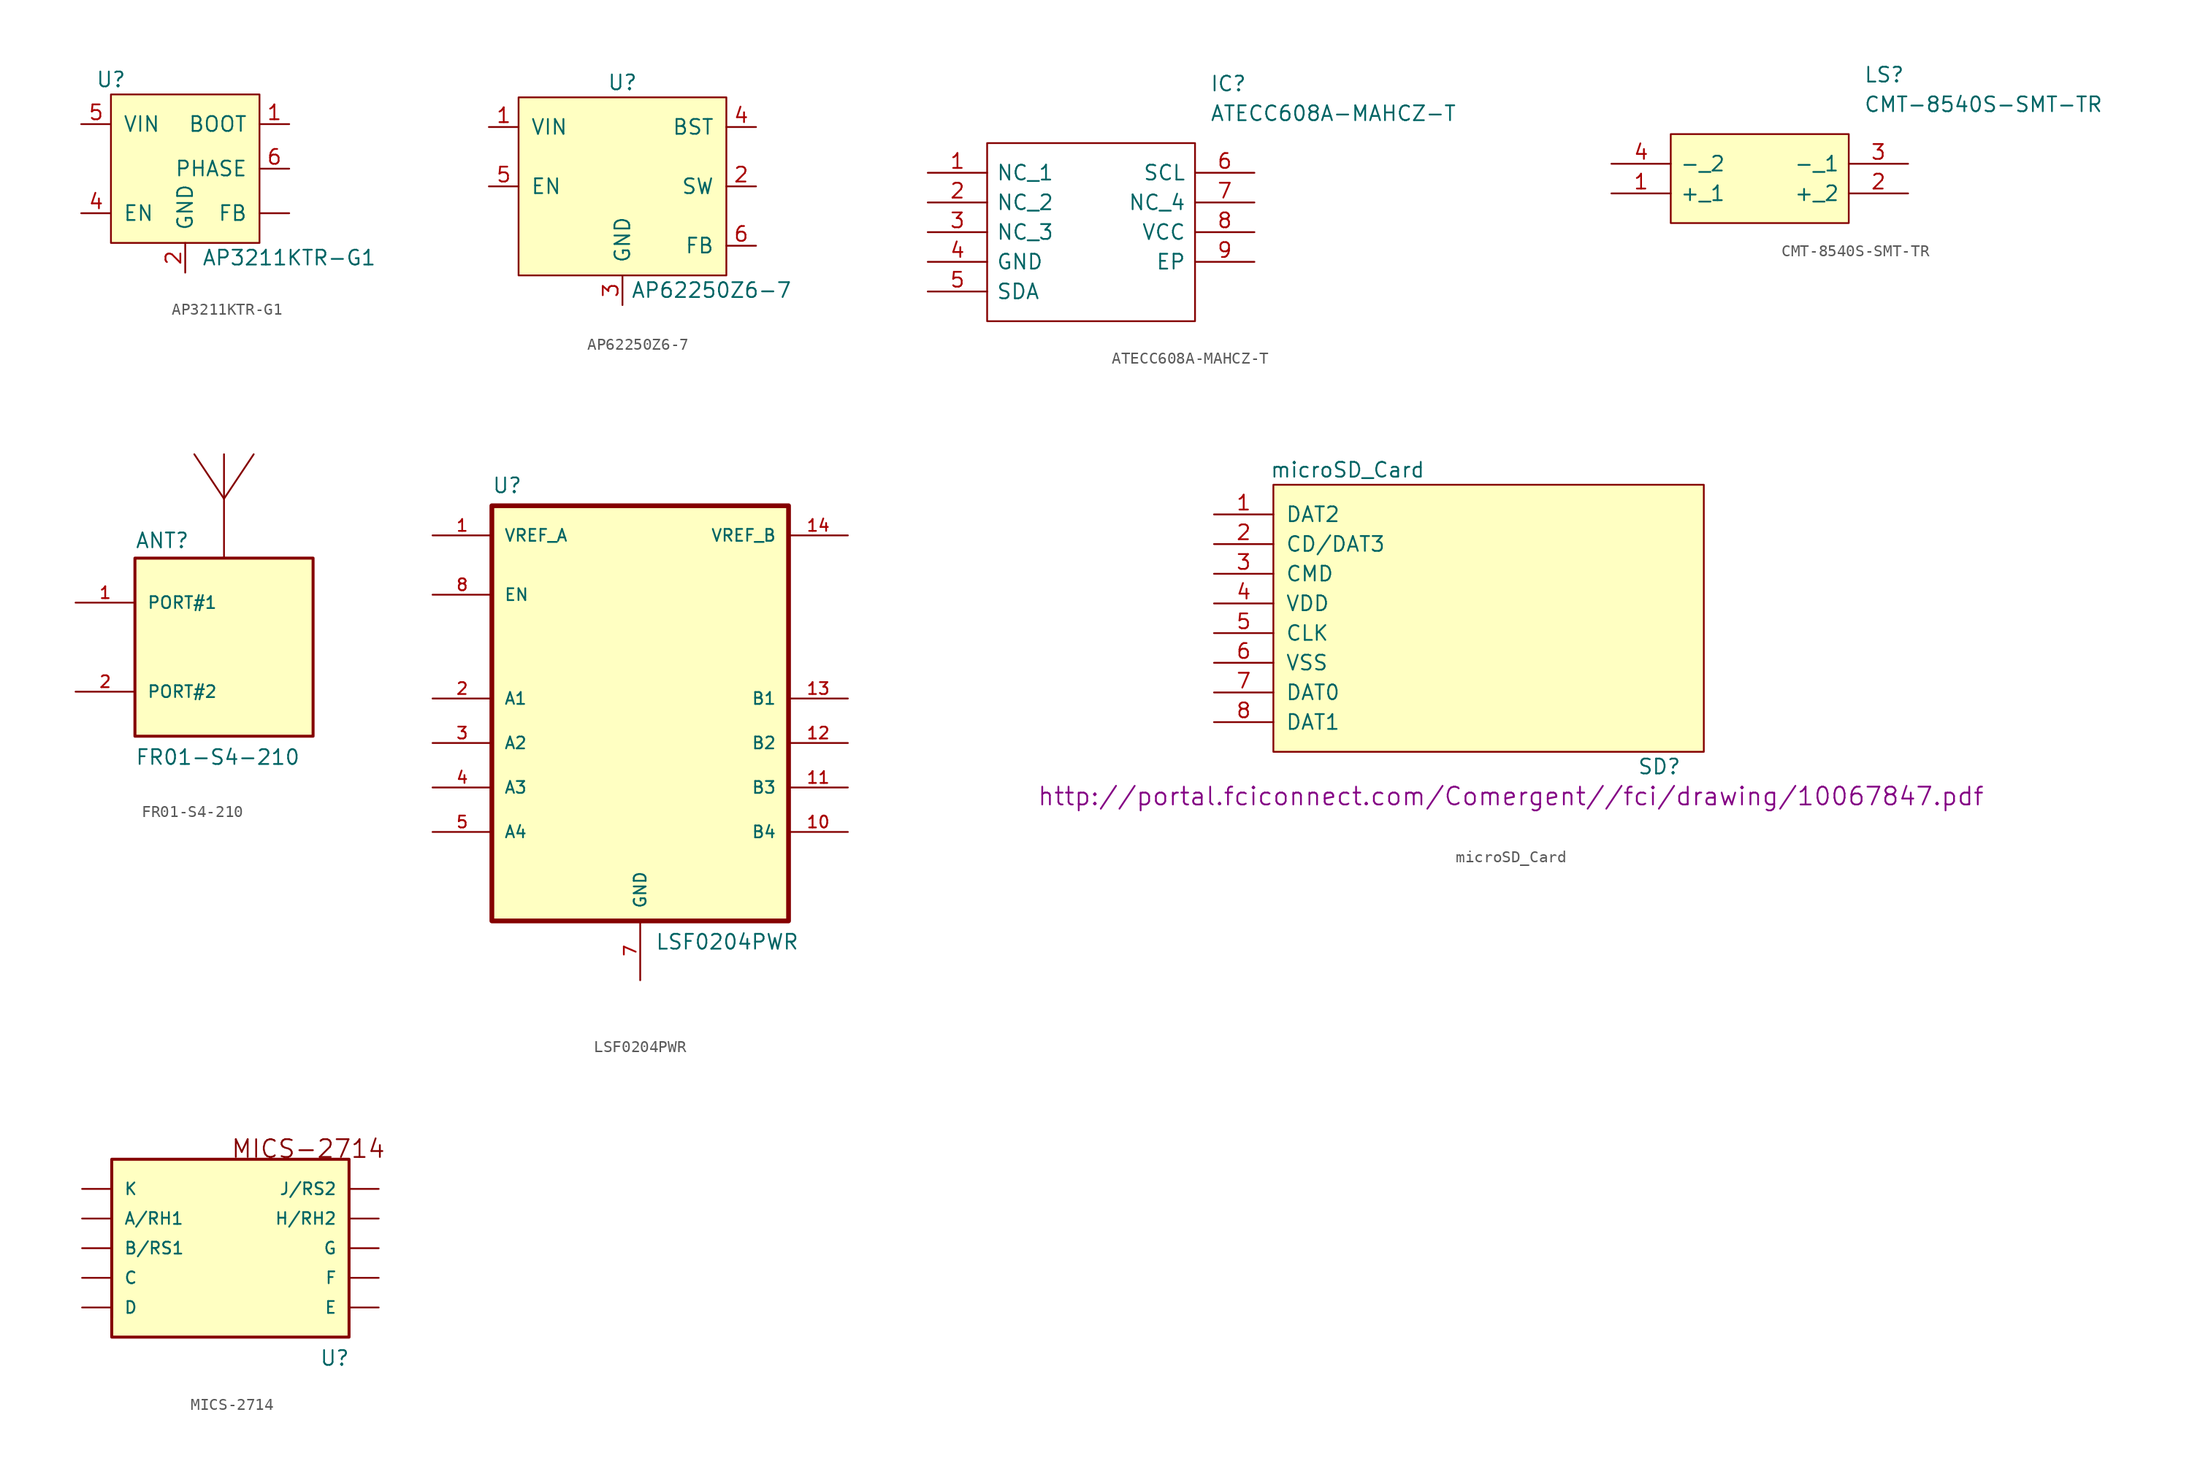
<source format=kicad_sym>
(kicad_symbol_lib
  (version 20231120)
  (generator "kicad_symbol_editor")
  (generator_version "8.0")
  (symbol "AP3211KTR-G1"
    (pin_names
      (offset 1.016))
    (property "Reference" "U"
      (at -6.35 7.62 0)
      (effects (font (size 1.27 1.27))))
    (property "Value" "AP3211KTR-G1"
      (at 8.89 -7.62 0)
      (effects (font (size 1.27 1.27))))
    (symbol "AP3211KTR-G1_0_1"
      (rectangle (start -6.35 6.35) (end 6.35 -6.35) (stroke (width 0) (type default)) (fill (type background))))
    (symbol "AP3211KTR-G1_1_1"
      (pin input line (at 8.89 3.81 180) (length 2.54) (name "BOOT" (effects (font (size 1.27 1.27)))) (number "1" (effects (font (size 1.27 1.27)))))
      (pin power_out line (at 0 -8.89 90) (length 2.54) (name "GND" (effects (font (size 1.27 1.27)))) (number "2" (effects (font (size 1.27 1.27)))))
      (pin input line (at -8.89 -3.81 0) (length 2.54) (name "EN" (effects (font (size 1.27 1.27)))) (number "4" (effects (font (size 1.27 1.27)))))
      (pin input line (at -8.89 3.81 0) (length 2.54) (name "VIN" (effects (font (size 1.27 1.27)))) (number "5" (effects (font (size 1.27 1.27)))))
      (pin input line (at 8.89 0 180) (length 2.54) (name "PHASE" (effects (font (size 1.27 1.27)))) (number "6" (effects (font (size 1.27 1.27)))))
      (pin input line (at 8.89 -3.81 180) (length 2.54) (name "FB" (effects (font (size 1.27 1.27)))) (number "~" (effects (font (size 1.27 1.27)))))))
  (symbol "AP62250Z6-7"
    (pin_names
      (offset 1.016))
    (property "Reference" "U"
      (at 0 13.97 0)
      (effects (font (size 1.27 1.27))))
    (property "Value" "AP62250Z6-7"
      (at 7.62 -3.81 0)
      (effects (font (size 1.27 1.27))))
    (symbol "AP62250Z6-7_0_1"
      (rectangle (start -8.89 12.7) (end 8.89 -2.54) (stroke (width 0) (type default)) (fill (type background))))
    (symbol "AP62250Z6-7_1_1"
      (pin input line (at -11.43 10.16 0) (length 2.54) (name "VIN" (effects (font (size 1.27 1.27)))) (number "1" (effects (font (size 1.27 1.27)))))
      (pin input line (at 11.43 5.08 180) (length 2.54) (name "SW" (effects (font (size 1.27 1.27)))) (number "2" (effects (font (size 1.27 1.27)))))
      (pin input line (at 0 -5.08 90) (length 2.54) (name "GND" (effects (font (size 1.27 1.27)))) (number "3" (effects (font (size 1.27 1.27)))))
      (pin input line (at 11.43 10.16 180) (length 2.54) (name "BST" (effects (font (size 1.27 1.27)))) (number "4" (effects (font (size 1.27 1.27)))))
      (pin input line (at -11.43 5.08 0) (length 2.54) (name "EN" (effects (font (size 1.27 1.27)))) (number "5" (effects (font (size 1.27 1.27)))))
      (pin input line (at 11.43 0 180) (length 2.54) (name "FB" (effects (font (size 1.27 1.27)))) (number "6" (effects (font (size 1.27 1.27)))))))
  (symbol "ATECC608A-MAHCZ-T"
    (pin_names
      (offset 0.762))
    (property "Reference" "IC"
      (at 24.13 7.62 0)
      (effects (font (size 1.27 1.27)) (justify left)))
    (property "Value" "ATECC608A-MAHCZ-T"
      (at 24.13 5.08 0)
      (effects (font (size 1.27 1.27)) (justify left)))
    (symbol "ATECC608A-MAHCZ-T_0_0"
      (pin unspecified line (at 0 0 0) (length 5.08) (name "NC_1" (effects (font (size 1.27 1.27)))) (number "1" (effects (font (size 1.27 1.27)))))
      (pin unspecified line (at 0 -2.54 0) (length 5.08) (name "NC_2" (effects (font (size 1.27 1.27)))) (number "2" (effects (font (size 1.27 1.27)))))
      (pin unspecified line (at 0 -5.08 0) (length 5.08) (name "NC_3" (effects (font (size 1.27 1.27)))) (number "3" (effects (font (size 1.27 1.27)))))
      (pin unspecified line (at 0 -7.62 0) (length 5.08) (name "GND" (effects (font (size 1.27 1.27)))) (number "4" (effects (font (size 1.27 1.27)))))
      (pin unspecified line (at 0 -10.16 0) (length 5.08) (name "SDA" (effects (font (size 1.27 1.27)))) (number "5" (effects (font (size 1.27 1.27)))))
      (pin unspecified line (at 27.94 0 180) (length 5.08) (name "SCL" (effects (font (size 1.27 1.27)))) (number "6" (effects (font (size 1.27 1.27)))))
      (pin unspecified line (at 27.94 -2.54 180) (length 5.08) (name "NC_4" (effects (font (size 1.27 1.27)))) (number "7" (effects (font (size 1.27 1.27)))))
      (pin unspecified line (at 27.94 -5.08 180) (length 5.08) (name "VCC" (effects (font (size 1.27 1.27)))) (number "8" (effects (font (size 1.27 1.27)))))
      (pin unspecified line (at 27.94 -7.62 180) (length 5.08) (name "EP" (effects (font (size 1.27 1.27)))) (number "9" (effects (font (size 1.27 1.27))))))
    (symbol "ATECC608A-MAHCZ-T_0_1"
      (polyline (pts (xy 5.08 2.54) (xy 22.86 2.54) (xy 22.86 -12.7) (xy 5.08 -12.7) (xy 5.08 2.54)) (stroke (width 0.152) (type default)) (fill (type none)))))
  (symbol "CMT-8540S-SMT-TR"
    (pin_names
      (offset 0.762))
    (property "Reference" "LS"
      (at 21.59 7.62 0)
      (effects (font (size 1.27 1.27)) (justify left)))
    (property "Value" "CMT-8540S-SMT-TR"
      (at 21.59 5.08 0)
      (effects (font (size 1.27 1.27)) (justify left)))
    (symbol "CMT-8540S-SMT-TR_0_0"
      (pin unspecified line (at 0 -2.54 0) (length 5.08) (name "+_1" (effects (font (size 1.27 1.27)))) (number "1" (effects (font (size 1.27 1.27)))))
      (pin unspecified line (at 25.4 -2.54 180) (length 5.08) (name "+_2" (effects (font (size 1.27 1.27)))) (number "2" (effects (font (size 1.27 1.27)))))
      (pin unspecified line (at 25.4 0 180) (length 5.08) (name "-_1" (effects (font (size 1.27 1.27)))) (number "3" (effects (font (size 1.27 1.27)))))
      (pin unspecified line (at 0 0 0) (length 5.08) (name "-_2" (effects (font (size 1.27 1.27)))) (number "4" (effects (font (size 1.27 1.27))))))
    (symbol "CMT-8540S-SMT-TR_0_1"
      (polyline (pts (xy 5.08 2.54) (xy 20.32 2.54) (xy 20.32 -5.08) (xy 5.08 -5.08) (xy 5.08 2.54)) (stroke (width 0.152) (type default)) (fill (type background)))))
  (symbol "FR01-S4-210"
    (pin_names
      (offset 1.016))
    (property "Reference" "ANT"
      (at -7.62 8.382 0)
      (effects (font (size 1.27 1.27)) (justify left bottom)))
    (property "Value" "FR01-S4-210"
      (at -7.62 -10.16 0)
      (effects (font (size 1.27 1.27)) (justify left bottom)))
    (property "ki_locked" ""
      (at 0 0 0)
      (effects (font (size 1.27 1.27))))
    (symbol "FR01-S4-210_0_0"
      (rectangle (start -7.62 -7.62) (end 7.62 7.62) (stroke (width 0.254) (type default)) (fill (type background)))
      (pin passive line (at -12.7 3.81 0) (length 5.08) (name "PORT#1" (effects (font (size 1.016 1.016)))) (number "1" (effects (font (size 1.016 1.016)))))
      (pin passive line (at -12.7 -3.81 0) (length 5.08) (name "PORT#2" (effects (font (size 1.016 1.016)))) (number "2" (effects (font (size 1.016 1.016))))))
    (symbol "FR01-S4-210_1_1"
      (polyline (pts (xy 0 12.7) (xy 0 16.51)) (stroke (width 0) (type default)) (fill (type none)))
      (polyline (pts (xy 0 12.7) (xy 2.54 16.51)) (stroke (width 0) (type default)) (fill (type none)))
      (polyline (pts (xy 0 7.62) (xy 0 12.7) (xy -2.54 16.51)) (stroke (width 0) (type default)) (fill (type none)))))
  (symbol "LSF0204PWR"
    (pin_names
      (offset 1.016))
    (property "Reference" "U"
      (at -12.7 18.771 0)
      (effects (font (size 1.27 1.27)) (justify left bottom)))
    (property "Value" "LSF0204PWR"
      (at 1.27 -20.32 0)
      (effects (font (size 1.27 1.27)) (justify left bottom)))
    (symbol "LSF0204PWR_0_0"
      (rectangle (start -12.7 -17.78) (end 12.7 17.78) (stroke (width 0.406) (type default)) (fill (type background)))
      (pin input line (at -17.78 15.24 0) (length 5.08) (name "VREF_A" (effects (font (size 1.016 1.016)))) (number "1" (effects (font (size 1.016 1.016)))))
      (pin bidirectional line (at 17.78 -10.16 180) (length 5.08) (name "B4" (effects (font (size 1.016 1.016)))) (number "10" (effects (font (size 1.016 1.016)))))
      (pin bidirectional line (at 17.78 -6.35 180) (length 5.08) (name "B3" (effects (font (size 1.016 1.016)))) (number "11" (effects (font (size 1.016 1.016)))))
      (pin bidirectional line (at 17.78 -2.54 180) (length 5.08) (name "B2" (effects (font (size 1.016 1.016)))) (number "12" (effects (font (size 1.016 1.016)))))
      (pin bidirectional line (at 17.78 1.27 180) (length 5.08) (name "B1" (effects (font (size 1.016 1.016)))) (number "13" (effects (font (size 1.016 1.016)))))
      (pin input line (at 17.78 15.24 180) (length 5.08) (name "VREF_B" (effects (font (size 1.016 1.016)))) (number "14" (effects (font (size 1.016 1.016)))))
      (pin bidirectional line (at -17.78 1.27 0) (length 5.08) (name "A1" (effects (font (size 1.016 1.016)))) (number "2" (effects (font (size 1.016 1.016)))))
      (pin bidirectional line (at -17.78 -2.54 0) (length 5.08) (name "A2" (effects (font (size 1.016 1.016)))) (number "3" (effects (font (size 1.016 1.016)))))
      (pin bidirectional line (at -17.78 -6.35 0) (length 5.08) (name "A3" (effects (font (size 1.016 1.016)))) (number "4" (effects (font (size 1.016 1.016)))))
      (pin bidirectional line (at -17.78 -10.16 0) (length 5.08) (name "A4" (effects (font (size 1.016 1.016)))) (number "5" (effects (font (size 1.016 1.016)))))
      (pin power_in line (at 0 -22.86 90) (length 5.08) (name "GND" (effects (font (size 1.016 1.016)))) (number "7" (effects (font (size 1.016 1.016)))))
      (pin input line (at -17.78 10.16 0) (length 5.08) (name "EN" (effects (font (size 1.016 1.016)))) (number "8" (effects (font (size 1.016 1.016)))))))
  (symbol "microSD_Card"
    (pin_names
      (offset 1.016))
    (property "Reference" "SD"
      (at 12.7 -13.97 0)
      (effects (font (size 1.27 1.27))))
    (property "Value" "microSD_Card"
      (at -13.97 11.43 0)
      (effects (font (size 1.27 1.27))))
    (property "Footprint" ""
      (at 5.08 8.89 0)
      (effects (font (size 1.27 1.27))))
    (property "Datasheet" "http://portal.fciconnect.com/Comergent//fci/drawing/10067847.pdf"
      (at 0 -16.51 0)
      (effects (font (size 1.524 1.524))))
    (symbol "microSD_Card_0_1"
      (polyline (pts (xy -20.32 10.16) (xy -20.32 -12.7) (xy 16.51 -12.7) (xy 16.51 10.16) (xy -20.32 10.16)) (stroke (width 0) (type default)) (fill (type background))))
    (symbol "microSD_Card_1_1"
      (pin input line (at -25.4 7.62 0) (length 5.08) (name "DAT2" (effects (font (size 1.27 1.27)))) (number "1" (effects (font (size 1.27 1.27)))))
      (pin input line (at -25.4 5.08 0) (length 5.08) (name "CD/DAT3" (effects (font (size 1.27 1.27)))) (number "2" (effects (font (size 1.27 1.27)))))
      (pin input line (at -25.4 2.54 0) (length 5.08) (name "CMD" (effects (font (size 1.27 1.27)))) (number "3" (effects (font (size 1.27 1.27)))))
      (pin input line (at -25.4 0 0) (length 5.08) (name "VDD" (effects (font (size 1.27 1.27)))) (number "4" (effects (font (size 1.27 1.27)))))
      (pin input line (at -25.4 -2.54 0) (length 5.08) (name "CLK" (effects (font (size 1.27 1.27)))) (number "5" (effects (font (size 1.27 1.27)))))
      (pin input line (at -25.4 -5.08 0) (length 5.08) (name "VSS" (effects (font (size 1.27 1.27)))) (number "6" (effects (font (size 1.27 1.27)))))
      (pin input line (at -25.4 -7.62 0) (length 5.08) (name "DAT0" (effects (font (size 1.27 1.27)))) (number "7" (effects (font (size 1.27 1.27)))))
      (pin input line (at -25.4 -10.16 0) (length 5.08) (name "DAT1" (effects (font (size 1.27 1.27)))) (number "8" (effects (font (size 1.27 1.27)))))))
  (symbol "MICS-2714"
    (pin_numbers hide)
    (pin_names
      (offset 1.016))
    (property "Reference" "U"
      (at 7.62 -10.16 0)
      (effects (font (size 1.27 1.27)) (justify left bottom)))
    (property "ki_locked" ""
      (at 0 0 0)
      (effects (font (size 1.27 1.27))))
    (symbol "MICS-2714_0_0"
      (rectangle (start -10.16 -7.62) (end 10.16 7.62) (stroke (width 0.254) (type default)) (fill (type background)))
      (polyline (pts (xy -10.16 -5.969) (xy -10.16 6.731)) (stroke (width 0.254) (type default)) (fill (type none)))
      (text "MICS-2714" (at 0 7.62 0) (effects (font (size 1.524 1.524)) (justify left bottom)))
      (pin bidirectional line (at -12.7 2.54 0) (length 2.54) (name "A/RH1" (effects (font (size 1.016 1.016)))) (number "A" (effects (font (size 1.016 1.016)))))
      (pin bidirectional line (at -12.7 0 0) (length 2.54) (name "B/RS1" (effects (font (size 1.016 1.016)))) (number "B" (effects (font (size 1.016 1.016)))))
      (pin bidirectional line (at -12.7 -2.54 0) (length 2.54) (name "C" (effects (font (size 1.016 1.016)))) (number "C" (effects (font (size 1.016 1.016)))))
      (pin bidirectional line (at -12.7 -5.08 0) (length 2.54) (name "D" (effects (font (size 1.016 1.016)))) (number "D" (effects (font (size 1.016 1.016)))))
      (pin bidirectional line (at 12.7 -5.08 180) (length 2.54) (name "E" (effects (font (size 1.016 1.016)))) (number "E" (effects (font (size 1.016 1.016)))))
      (pin bidirectional line (at 12.7 -2.54 180) (length 2.54) (name "F" (effects (font (size 1.016 1.016)))) (number "F" (effects (font (size 1.016 1.016)))))
      (pin bidirectional line (at 12.7 0 180) (length 2.54) (name "G" (effects (font (size 1.016 1.016)))) (number "G" (effects (font (size 1.016 1.016)))))
      (pin bidirectional line (at 12.7 2.54 180) (length 2.54) (name "H/RH2" (effects (font (size 1.016 1.016)))) (number "H" (effects (font (size 1.016 1.016)))))
      (pin bidirectional line (at 12.7 5.08 180) (length 2.54) (name "J/RS2" (effects (font (size 1.016 1.016)))) (number "J" (effects (font (size 1.016 1.016)))))
      (pin bidirectional line (at -12.7 5.08 0) (length 2.54) (name "K" (effects (font (size 1.016 1.016)))) (number "K" (effects (font (size 1.016 1.016))))))))
</source>
